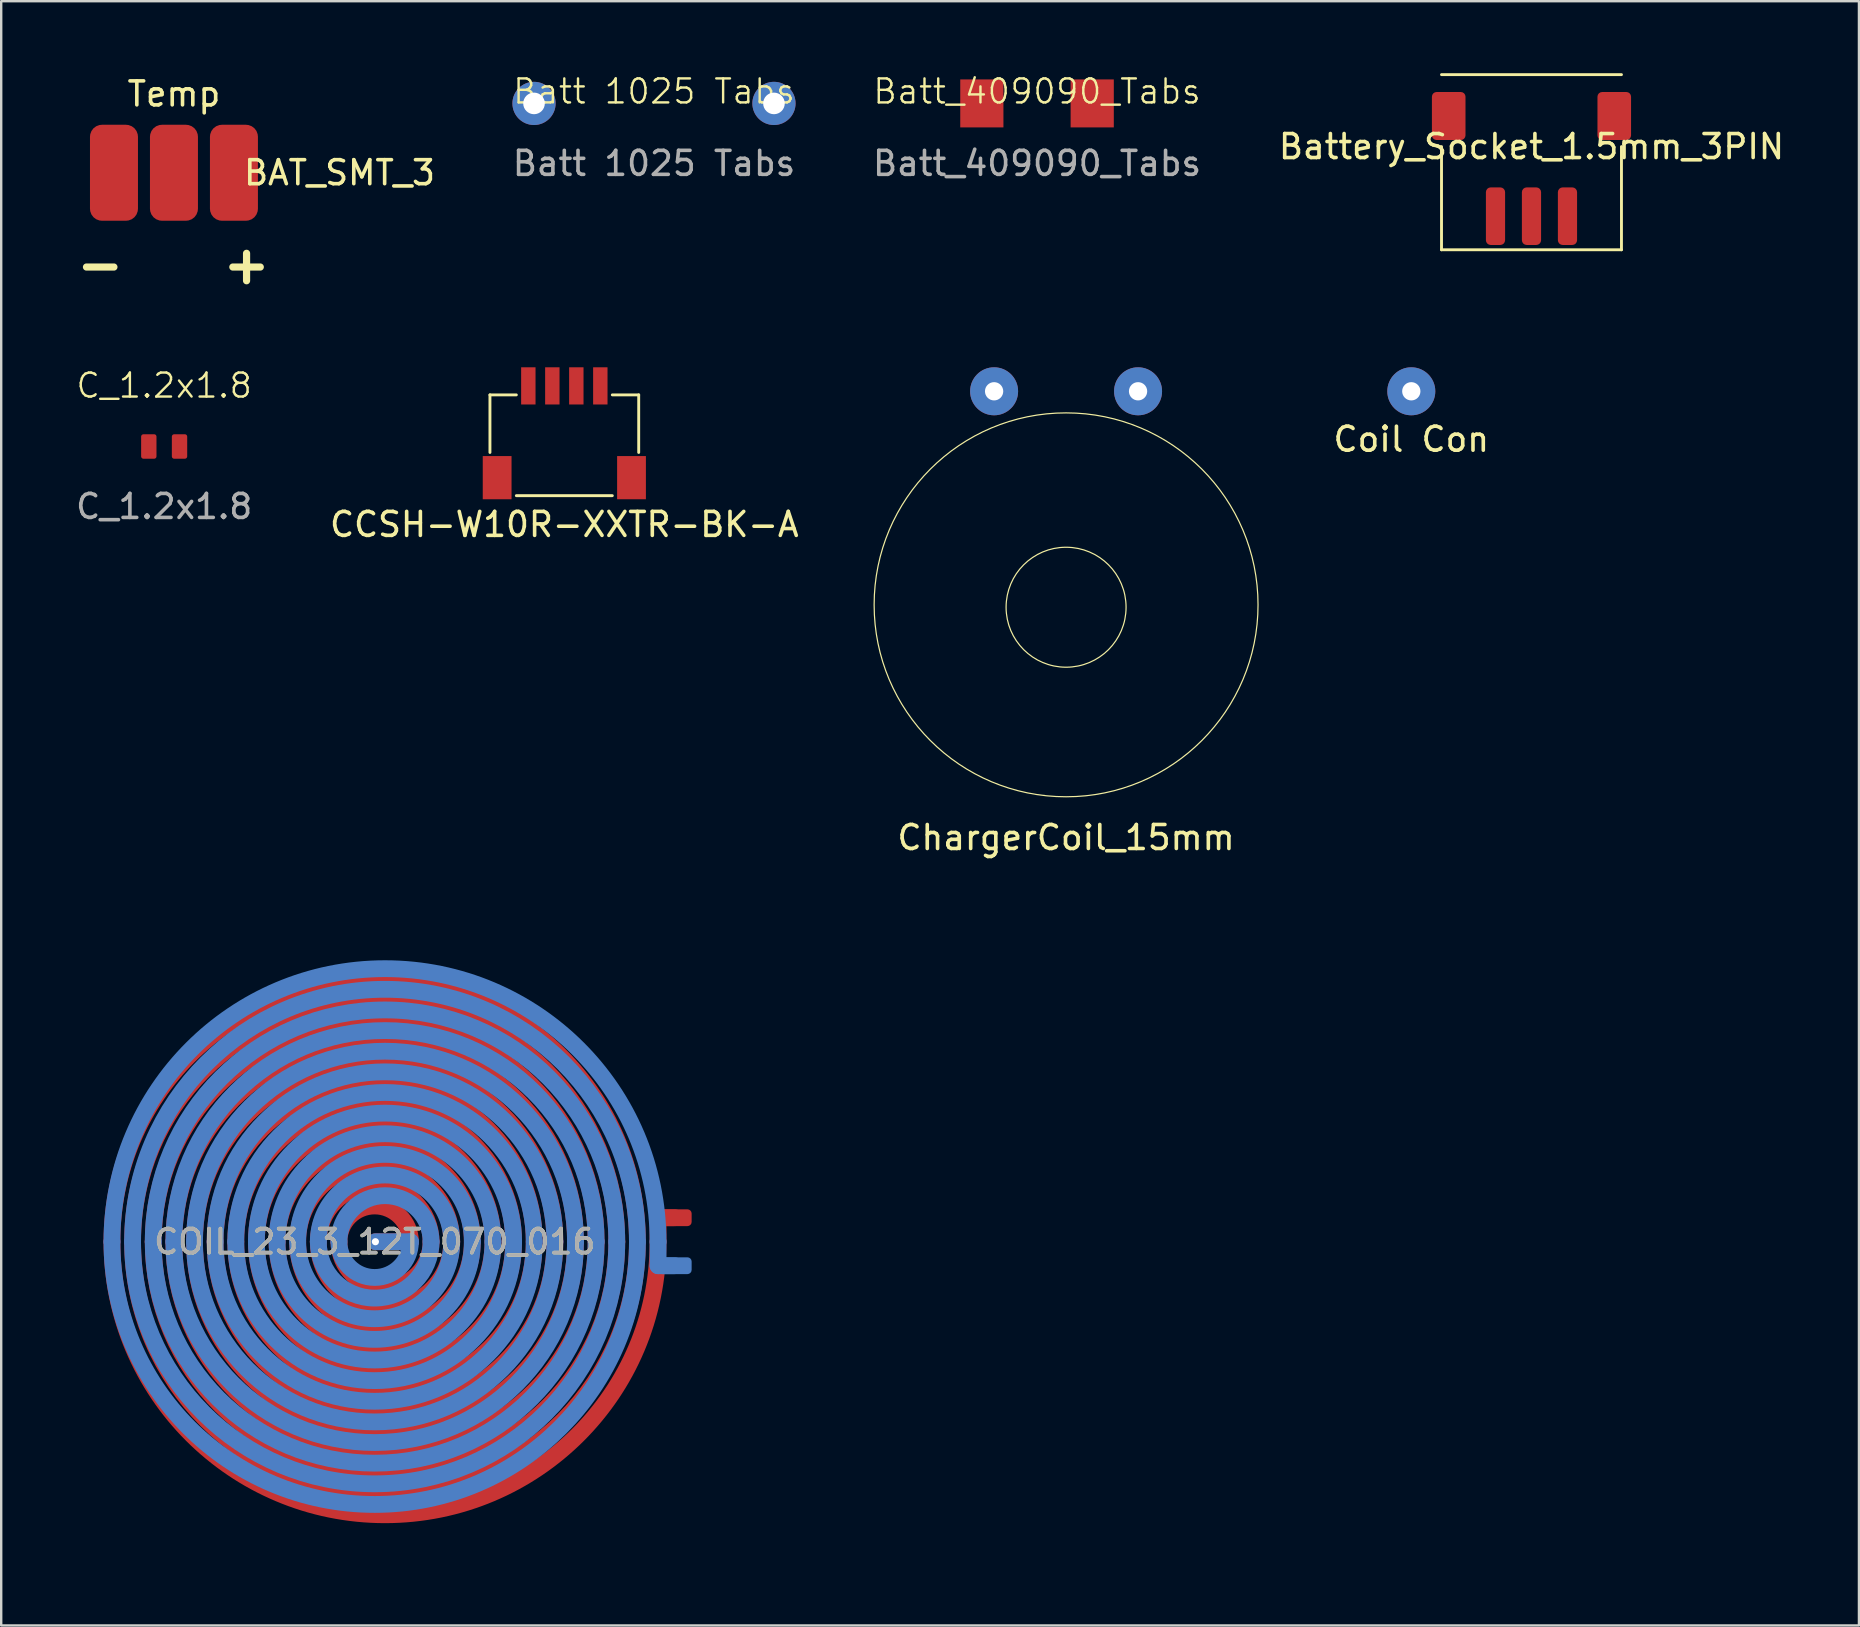
<source format=kicad_pcb>
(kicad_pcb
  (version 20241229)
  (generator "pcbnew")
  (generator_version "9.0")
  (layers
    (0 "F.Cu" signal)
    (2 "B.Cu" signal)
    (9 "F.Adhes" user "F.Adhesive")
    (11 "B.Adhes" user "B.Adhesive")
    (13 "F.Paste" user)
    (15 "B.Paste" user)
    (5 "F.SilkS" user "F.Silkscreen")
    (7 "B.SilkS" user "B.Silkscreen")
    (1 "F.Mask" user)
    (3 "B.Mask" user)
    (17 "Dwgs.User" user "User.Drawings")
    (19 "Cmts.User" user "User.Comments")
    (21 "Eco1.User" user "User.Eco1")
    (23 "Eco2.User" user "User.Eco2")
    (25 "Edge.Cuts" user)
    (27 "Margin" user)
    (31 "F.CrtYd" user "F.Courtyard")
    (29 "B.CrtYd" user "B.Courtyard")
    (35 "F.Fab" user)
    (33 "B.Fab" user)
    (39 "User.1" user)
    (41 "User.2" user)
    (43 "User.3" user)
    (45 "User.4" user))
  (footprint "BAT_SMT_3"
    (layer "F.Cu")
    (at 4.2 4.15)
    (property "Reference" "BAT_SMT_3" (at 6.9 0 0) (unlocked yes) (layer "F.SilkS") (effects (font (size 1 1) (thickness 0.15))))
    (attr smd)
    (fp_text user "-" (at -4.2 4.7 0) (unlocked yes) (layer "F.SilkS") (effects (font (size 1.5 1.5) (thickness 0.3) (bold yes)) (justify left bottom)))
    (fp_text user "+" (at 1.9 4.7 0) (unlocked yes) (layer "F.SilkS") (effects (font (size 1.5 1.5) (thickness 0.3) (bold yes)) (justify left bottom)))
    (fp_text user "Temp" (at 0 -2.7 0) (unlocked yes) (layer "F.SilkS") (effects (font (size 1 1) (thickness 0.15)) (justify bottom)))
    (pad "1" smd roundrect (at -2.5 0) (size 2 4) (layers "F.Cu" "F.Mask" "F.Paste") (roundrect_rratio 0.25))
    (pad "2" smd roundrect (at 0 0) (size 2 4) (layers "F.Cu" "F.Mask" "F.Paste") (roundrect_rratio 0.25))
    (pad "3" smd roundrect (at 2.5 0) (size 2 4) (layers "F.Cu" "F.Mask" "F.Paste") (roundrect_rratio 0.25)))
  (footprint "Battery_Socket_1.5mm_3PIN"
    (layer "F.Cu")
    (at 60.779 3.56)
    (property "Reference" "Battery_Socket_1.5mm_3PIN" (at 0 -0.5 0) (unlocked yes) (layer "F.SilkS") (effects (font (size 1 1) (thickness 0.15))))
    (attr smd)
    (fp_line (start -3.75 -3.5) (end 3.75 -3.5) (stroke (width 0.12) (type solid)) (layer "F.SilkS"))
    (fp_line (start -3.75 -0.5) (end -3.75 3.8) (stroke (width 0.12) (type solid)) (layer "F.SilkS"))
    (fp_line (start -3.75 3.8) (end 3.75 3.8) (stroke (width 0.12) (type solid)) (layer "F.SilkS"))
    (fp_line (start 3.75 3.8) (end 3.75 -0.5) (stroke (width 0.12) (type solid)) (layer "F.SilkS"))
    (pad "1" smd roundrect (at -1.5 2.4) (size 0.8 2.4) (layers "F.Cu" "F.Mask" "F.Paste") (roundrect_rratio 0.25))
    (pad "2" smd roundrect (at 0 2.4) (size 0.8 2.4) (layers "F.Cu" "F.Mask" "F.Paste") (roundrect_rratio 0.25))
    (pad "3" smd roundrect (at 1.5 2.4) (size 0.8 2.4) (layers "F.Cu" "F.Mask" "F.Paste") (roundrect_rratio 0.25))
    (pad "MP" smd roundrect (at -3.45 -1.775) (size 1.4 2) (layers "F.Cu" "F.Mask" "F.Paste") (roundrect_rratio 0.139))
    (pad "MP" smd roundrect (at 3.45 -1.775) (size 1.4 2) (layers "F.Cu" "F.Mask" "F.Paste") (roundrect_rratio 0.139)))
  (footprint "CCSH-W10R-XXTR-BK-A"
    (layer "F.Cu")
    (at 20.47 15.008)
    (property "Reference" "CCSH-W10R-XXTR-BK-A" (at 0 3.8 0) (layer "F.SilkS") (effects (font (size 1 1) (thickness 0.15))))
    (attr through_hole)
    (fp_line (start -3.1 -1.6) (end -3.1 0.8) (stroke (width 0.12) (type solid)) (layer "F.SilkS"))
    (fp_line (start -2 -1.6) (end -3.1 -1.6) (stroke (width 0.12) (type solid)) (layer "F.SilkS"))
    (fp_line (start -2 2.6) (end 2 2.6) (stroke (width 0.12) (type solid)) (layer "F.SilkS"))
    (fp_line (start 3.1 -1.6) (end 2 -1.6) (stroke (width 0.12) (type solid)) (layer "F.SilkS"))
    (fp_line (start 3.1 0.8) (end 3.1 -1.6) (stroke (width 0.12) (type solid)) (layer "F.SilkS"))
    (pad "" smd rect (at -2.8 1.85) (size 1.2 1.8) (layers "F.Cu" "F.Mask" "F.Paste"))
    (pad "" smd rect (at 2.8 1.85) (size 1.2 1.8) (layers "F.Cu" "F.Mask" "F.Paste"))
    (pad "1" smd rect (at -1.5 -1.975) (size 0.6 1.55) (layers "F.Cu" "F.Mask" "F.Paste"))
    (pad "2" smd rect (at -0.5 -1.975) (size 0.6 1.55) (layers "F.Cu" "F.Mask" "F.Paste"))
    (pad "3" smd rect (at 0.5 -1.975) (size 0.6 1.55) (layers "F.Cu" "F.Mask" "F.Paste"))
    (pad "4" smd rect (at 1.5 -1.975) (size 0.6 1.55) (layers "F.Cu" "F.Mask" "F.Paste")))
  (footprint "C_1.2x1.8"
    (layer "F.Cu")
    (at 3.792 15.559)
    (property "Reference" "C_1.2x1.8" (at 0 -2.54 0) (unlocked yes) (layer "F.SilkS") (effects (font (size 1 1) (thickness 0.1))))
    (attr smd)
    (fp_text user "${REFERENCE}" (at 0 2.5 0) (unlocked yes) (layer "F.Fab") (effects (font (size 1 1) (thickness 0.15))))
    (pad "1" smd roundrect (at -0.64 0) (size 0.64 1.02) (layers "F.Cu" "F.Mask" "F.Paste") (roundrect_rratio 0.15))
    (pad "2" smd roundrect (at 0.64 0) (size 0.64 1.02) (layers "F.Cu" "F.Mask" "F.Paste") (roundrect_rratio 0.15)))
  (footprint "ChargerCoil_15mm"
    (layer "F.Cu")
    (at 41.382 22.258)
    (property "Reference" "ChargerCoil_15mm" (at 0 9.6 0) (layer "F.SilkS") (effects (font (size 1 1) (thickness 0.15))))
    (attr through_hole)
    (fp_circle (center 0 -0.1) (end 0 7.9) (stroke (width 0.05) (type solid)) (fill no) (layer "F.SilkS"))
    (fp_circle (center 0 0) (end 0 2.5) (stroke (width 0.05) (type solid)) (fill no) (layer "F.SilkS"))
    (pad "1" thru_hole circle (at -3 -9) (size 2 2) (drill 0.762) (layers "*.Cu" "*.Mask"))
    (pad "2" thru_hole circle (at 3 -9) (size 2 2) (drill 0.762) (layers "*.Cu" "*.Mask")))
  (footprint "Batt 1025 Tabs"
    (layer "F.Cu")
    (at 24.207 1.26)
    (property "Reference" "Batt 1025 Tabs" (at 0 -0.5 0) (unlocked yes) (layer "F.SilkS") (effects (font (size 1 1) (thickness 0.1))))
    (attr smd)
    (fp_text user "${REFERENCE}" (at 0 2.5 0) (unlocked yes) (layer "F.Fab") (effects (font (size 1 1) (thickness 0.15))))
    (pad "1" thru_hole circle (at -5 0) (size 1.8 1.8) (drill 0.9) (layers "*.Cu" "*.Mask"))
    (pad "2" thru_hole circle (at 5 0) (size 1.8 1.8) (drill 0.9) (layers "*.Cu" "*.Mask")))
  (footprint "Coil Con"
    (layer "F.Cu")
    (at 55.77 13.258)
    (property "Reference" "Coil Con" (at 0 2 0) (layer "F.SilkS") (effects (font (size 1 1) (thickness 0.15))))
    (attr through_hole)
    (pad "1" thru_hole circle (at 0 0) (size 2 2) (drill 0.762) (layers "*.Cu" "*.Mask")))
  (footprint "Batt_409090_Tabs"
    (layer "F.Cu")
    (at 40.171 1.26)
    (property "Reference" "Batt_409090_Tabs" (at 0 -0.5 0) (unlocked yes) (layer "F.SilkS") (effects (font (size 1 1) (thickness 0.1))))
    (attr smd)
    (fp_text user "${REFERENCE}" (at 0 2.5 0) (unlocked yes) (layer "F.Fab") (effects (font (size 1 1) (thickness 0.15))))
    (pad "1" connect rect (at -2.3 0) (size 1.8 2) (layers "F.Cu" "F.Mask"))
    (pad "2" connect rect (at 2.3 0) (size 1.8 2) (layers "F.Cu" "F.Mask")))
  (footprint "COIL_23_3_12T_070_016"
    (layer "F.Cu")
    (at 12.996 48.702)
    (property "Reference" "COIL_23_3_12T_070_016" (at -0.43 0 0) (unlocked yes) (layer "F.SilkS") (effects (font (size 1 1) (thickness 0.15))))
    (attr smd exclude_from_pos_files exclude_from_bom allow_missing_courtyard)
    (fp_line (start 1.06 0) (end -0.4 0) (stroke (width 0.7) (type default)) (layer "F.Cu"))
    (fp_line (start 11.38 -1) (end 12.08 -1) (stroke (width 0.7) (type default)) (layer "F.Cu"))
    (fp_line (start 11.38 0) (end 11.38 -1) (stroke (width 0.7) (type default)) (layer "F.Cu"))
    (fp_arc (start -11.38 0) (mid -0.43 -10.95) (end 10.52 0) (stroke (width 0.7) (type default)) (layer "F.Cu"))
    (fp_arc (start -10.52 0) (mid -0.43 -10.09) (end 9.66 0) (stroke (width 0.7) (type default)) (layer "F.Cu"))
    (fp_arc (start -9.66 0) (mid -0.43 -9.23) (end 8.8 0) (stroke (width 0.7) (type default)) (layer "F.Cu"))
    (fp_arc (start -8.8 0) (mid -0.43 -8.37) (end 7.94 0) (stroke (width 0.7) (type default)) (layer "F.Cu"))
    (fp_arc (start -7.94 0) (mid -0.43 -7.51) (end 7.08 0) (stroke (width 0.7) (type default)) (layer "F.Cu"))
    (fp_arc (start -7.08 0) (mid -0.43 -6.65) (end 6.22 0) (stroke (width 0.7) (type default)) (layer "F.Cu"))
    (fp_arc (start -6.22 0) (mid -0.43 -5.79) (end 5.36 0) (stroke (width 0.7) (type default)) (layer "F.Cu"))
    (fp_arc (start -5.36 0) (mid -0.43 -4.93) (end 4.5 0) (stroke (width 0.7) (type default)) (layer "F.Cu"))
    (fp_arc (start -4.5 0) (mid -0.43 -4.07) (end 3.64 0) (stroke (width 0.7) (type default)) (layer "F.Cu"))
    (fp_arc (start -3.64 0) (mid -0.43 -3.21) (end 2.78 0) (stroke (width 0.7) (type default)) (layer "F.Cu"))
    (fp_arc (start -2.78 0) (mid -0.43 -2.35) (end 1.92 0) (stroke (width 0.7) (type default)) (layer "F.Cu"))
    (fp_arc (start -1.92 0) (mid -0.43 -1.49) (end 1.06 0) (stroke (width 0.7) (type default)) (layer "F.Cu"))
    (fp_arc (start 1.92 0) (mid 0 1.92) (end -1.92 0) (stroke (width 0.7) (type default)) (layer "F.Cu"))
    (fp_arc (start 2.78 0) (mid 0 2.78) (end -2.78 0) (stroke (width 0.7) (type default)) (layer "F.Cu"))
    (fp_arc (start 3.64 0) (mid 0 3.64) (end -3.64 0) (stroke (width 0.7) (type default)) (layer "F.Cu"))
    (fp_arc (start 4.5 0) (mid 0 4.5) (end -4.5 0) (stroke (width 0.7) (type default)) (layer "F.Cu"))
    (fp_arc (start 5.36 0) (mid 0 5.36) (end -5.36 0) (stroke (width 0.7) (type default)) (layer "F.Cu"))
    (fp_arc (start 6.22 0) (mid 0 6.22) (end -6.22 0) (stroke (width 0.7) (type default)) (layer "F.Cu"))
    (fp_arc (start 7.08 0) (mid 0 7.08) (end -7.08 0) (stroke (width 0.7) (type default)) (layer "F.Cu"))
    (fp_arc (start 7.94 0) (mid 0 7.94) (end -7.94 0) (stroke (width 0.7) (type default)) (layer "F.Cu"))
    (fp_arc (start 8.8 0) (mid 0 8.8) (end -8.8 0) (stroke (width 0.7) (type default)) (layer "F.Cu"))
    (fp_arc (start 9.66 0) (mid 0 9.66) (end -9.66 0) (stroke (width 0.7) (type default)) (layer "F.Cu"))
    (fp_arc (start 10.52 0) (mid 0 10.52) (end -10.52 0) (stroke (width 0.7) (type default)) (layer "F.Cu"))
    (fp_arc (start 11.38 0) (mid 0 11.38) (end -11.38 0) (stroke (width 0.7) (type default)) (layer "F.Cu"))
    (fp_line (start 1.06 0) (end -0.4 0) (stroke (width 0.7) (type default)) (layer "B.Cu"))
    (fp_line (start 11.38 0) (end 11.38 1) (stroke (width 0.7) (type default)) (layer "B.Cu"))
    (fp_line (start 11.38 1) (end 12.08 1) (stroke (width 0.7) (type default)) (layer "B.Cu"))
    (fp_arc (start -11.38 0) (mid 0 -11.38) (end 11.38 0) (stroke (width 0.7) (type default)) (layer "B.Cu"))
    (fp_arc (start -10.52 0) (mid 0 -10.52) (end 10.52 0) (stroke (width 0.7) (type default)) (layer "B.Cu"))
    (fp_arc (start -9.66 0) (mid 0 -9.66) (end 9.66 0) (stroke (width 0.7) (type default)) (layer "B.Cu"))
    (fp_arc (start -8.8 0) (mid 0 -8.8) (end 8.8 0) (stroke (width 0.7) (type default)) (layer "B.Cu"))
    (fp_arc (start -7.94 0) (mid 0 -7.94) (end 7.94 0) (stroke (width 0.7) (type default)) (layer "B.Cu"))
    (fp_arc (start -7.08 0) (mid 0 -7.08) (end 7.08 0) (stroke (width 0.7) (type default)) (layer "B.Cu"))
    (fp_arc (start -6.22 0) (mid 0 -6.22) (end 6.22 0) (stroke (width 0.7) (type default)) (layer "B.Cu"))
    (fp_arc (start -5.36 0) (mid 0 -5.36) (end 5.36 0) (stroke (width 0.7) (type default)) (layer "B.Cu"))
    (fp_arc (start -4.5 0) (mid 0 -4.5) (end 4.5 0) (stroke (width 0.7) (type default)) (layer "B.Cu"))
    (fp_arc (start -3.64 0) (mid 0 -3.64) (end 3.64 0) (stroke (width 0.7) (type default)) (layer "B.Cu"))
    (fp_arc (start -2.78 0) (mid 0 -2.78) (end 2.78 0) (stroke (width 0.7) (type default)) (layer "B.Cu"))
    (fp_arc (start -1.92 0) (mid 0 -1.92) (end 1.92 0) (stroke (width 0.7) (type default)) (layer "B.Cu"))
    (fp_arc (start 1.06 0) (mid -0.43 1.49) (end -1.92 0) (stroke (width 0.7) (type default)) (layer "B.Cu"))
    (fp_arc (start 1.92 0) (mid -0.43 2.35) (end -2.78 0) (stroke (width 0.7) (type default)) (layer "B.Cu"))
    (fp_arc (start 2.78 0) (mid -0.43 3.21) (end -3.64 0) (stroke (width 0.7) (type default)) (layer "B.Cu"))
    (fp_arc (start 3.64 0) (mid -0.43 4.07) (end -4.5 0) (stroke (width 0.7) (type default)) (layer "B.Cu"))
    (fp_arc (start 4.5 0) (mid -0.43 4.93) (end -5.36 0) (stroke (width 0.7) (type default)) (layer "B.Cu"))
    (fp_arc (start 5.36 0) (mid -0.43 5.79) (end -6.22 0) (stroke (width 0.7) (type default)) (layer "B.Cu"))
    (fp_arc (start 6.22 0) (mid -0.43 6.65) (end -7.08 0) (stroke (width 0.7) (type default)) (layer "B.Cu"))
    (fp_arc (start 7.08 0) (mid -0.43 7.51) (end -7.94 0) (stroke (width 0.7) (type default)) (layer "B.Cu"))
    (fp_arc (start 7.94 0) (mid -0.43 8.37) (end -8.8 0) (stroke (width 0.7) (type default)) (layer "B.Cu"))
    (fp_arc (start 8.8 0) (mid -0.43 9.23) (end -9.66 0) (stroke (width 0.7) (type default)) (layer "B.Cu"))
    (fp_arc (start 9.66 0) (mid -0.43 10.09) (end -10.52 0) (stroke (width 0.7) (type default)) (layer "B.Cu"))
    (fp_arc (start 10.52 0) (mid -0.43 10.95) (end -11.38 0) (stroke (width 0.7) (type default)) (layer "B.Cu"))
    (fp_text user "${REFERENCE}" (at -0.43 0 0) (unlocked yes) (layer "F.Fab") (effects (font (size 1 1) (thickness 0.15))))
    (pad "0" thru_hole circle (at -0.4 0) (size 0.6 0.6) (drill 0.3) (layers "*.Cu") (remove_unused_layers yes) (keep_end_layers yes) (zone_layer_connections))
    (pad "1" smd roundrect (at 12.08 -1) (size 1.4 0.7) (layers "F.Cu") (roundrect_rratio 0.25))
    (pad "2" smd roundrect (at 12.08 1) (size 1.4 0.7) (layers "B.Cu") (roundrect_rratio 0.25))
    (zone (net_name "") (layers "F.Cu" "B.Cu") (hatch edge 0.5) (connect_pads) (min_thickness 0.25) (filled_areas_thickness no) (keepout (tracks allowed) (vias allowed) (pads allowed) (copperpour not_allowed) (footprints allowed)) (placement (enabled no)) (fill) (polygon (pts (xy 25.991 48.361) (xy 25.955 47.682) (xy 25.884 47.005) (xy 25.778 46.333) (xy 25.636 45.667) (xy 25.46 45.01) (xy 25.25 44.362) (xy 25.006 43.727) (xy 24.729 43.105) (xy 24.42 42.499) (xy 24.08 41.909) (xy 23.709 41.339) (xy 23.309 40.788) (xy 22.881 40.259) (xy 22.425 39.753) (xy 21.944 39.272) (xy 21.438 38.817) (xy 20.909 38.388) (xy 20.359 37.988) (xy 19.788 37.617) (xy 19.199 37.277) (xy 18.592 36.968) (xy 17.97 36.691) (xy 17.335 36.447) (xy 16.688 36.237) (xy 16.03 36.061) (xy 15.365 35.919) (xy 14.692 35.813) (xy 14.016 35.742) (xy 13.336 35.706) (xy 12.655 35.706) (xy 11.976 35.742) (xy 11.299 35.813) (xy 10.626 35.919) (xy 9.961 36.061) (xy 9.303 36.237) (xy 8.656 36.447) (xy 8.021 36.691) (xy 7.399 36.968) (xy 6.792 37.277) (xy 6.203 37.617) (xy 5.632 37.988) (xy 5.082 38.388) (xy 4.553 38.817) (xy 4.047 39.272) (xy 3.566 39.753) (xy 3.11 40.259) (xy 2.682 40.788) (xy 2.282 41.339) (xy 1.911 41.909) (xy 1.571 42.499) (xy 1.262 43.105) (xy 0.985 43.727) (xy 0.741 44.362) (xy 0.531 45.01) (xy 0.355 45.667) (xy 0.213 46.333) (xy 0.107 47.005) (xy 0.036 47.682) (xy 0 48.361) (xy 0 49.042) (xy 0.036 49.722) (xy 0.107 50.399) (xy 0.213 51.071) (xy 0.355 51.737) (xy 0.531 52.394) (xy 0.741 53.041) (xy 0.985 53.677) (xy 1.262 54.298) (xy 1.571 54.905) (xy 1.911 55.494) (xy 2.282 56.065) (xy 2.682 56.616) (xy 3.11 57.145) (xy 3.566 57.65) (xy 4.047 58.132) (xy 4.553 58.587) (xy 5.082 59.015) (xy 5.632 59.415) (xy 6.203 59.786) (xy 6.792 60.126) (xy 7.399 60.435) (xy 8.021 60.712) (xy 8.656 60.956) (xy 9.303 61.166) (xy 9.961 61.343) (xy 10.626 61.484) (xy 11.299 61.591) (xy 11.976 61.662) (xy 12.655 61.697) (xy 13.336 61.697) (xy 14.016 61.662) (xy 14.692 61.591) (xy 15.365 61.484) (xy 16.03 61.343) (xy 16.688 61.166) (xy 17.335 60.956) (xy 17.97 60.712) (xy 18.592 60.435) (xy 19.199 60.126) (xy 19.788 59.786) (xy 20.359 59.415) (xy 20.909 59.015) (xy 21.438 58.587) (xy 21.944 58.132) (xy 22.425 57.65) (xy 22.881 57.145) (xy 23.309 56.616) (xy 23.709 56.065) (xy 24.08 55.494) (xy 24.42 54.905) (xy 24.729 54.298) (xy 25.006 53.677) (xy 25.25 53.041) (xy 25.46 52.394) (xy 25.636 51.737) (xy 25.778 51.071) (xy 25.884 50.399) (xy 25.955 49.722) (xy 25.991 49.042)))))
  (gr_rect
    (start -3 -3)
    (end 74.427 64.697)
    (stroke (width 0.1) (type default))
    (fill no)
    (layer "Edge.Cuts")))
</source>
